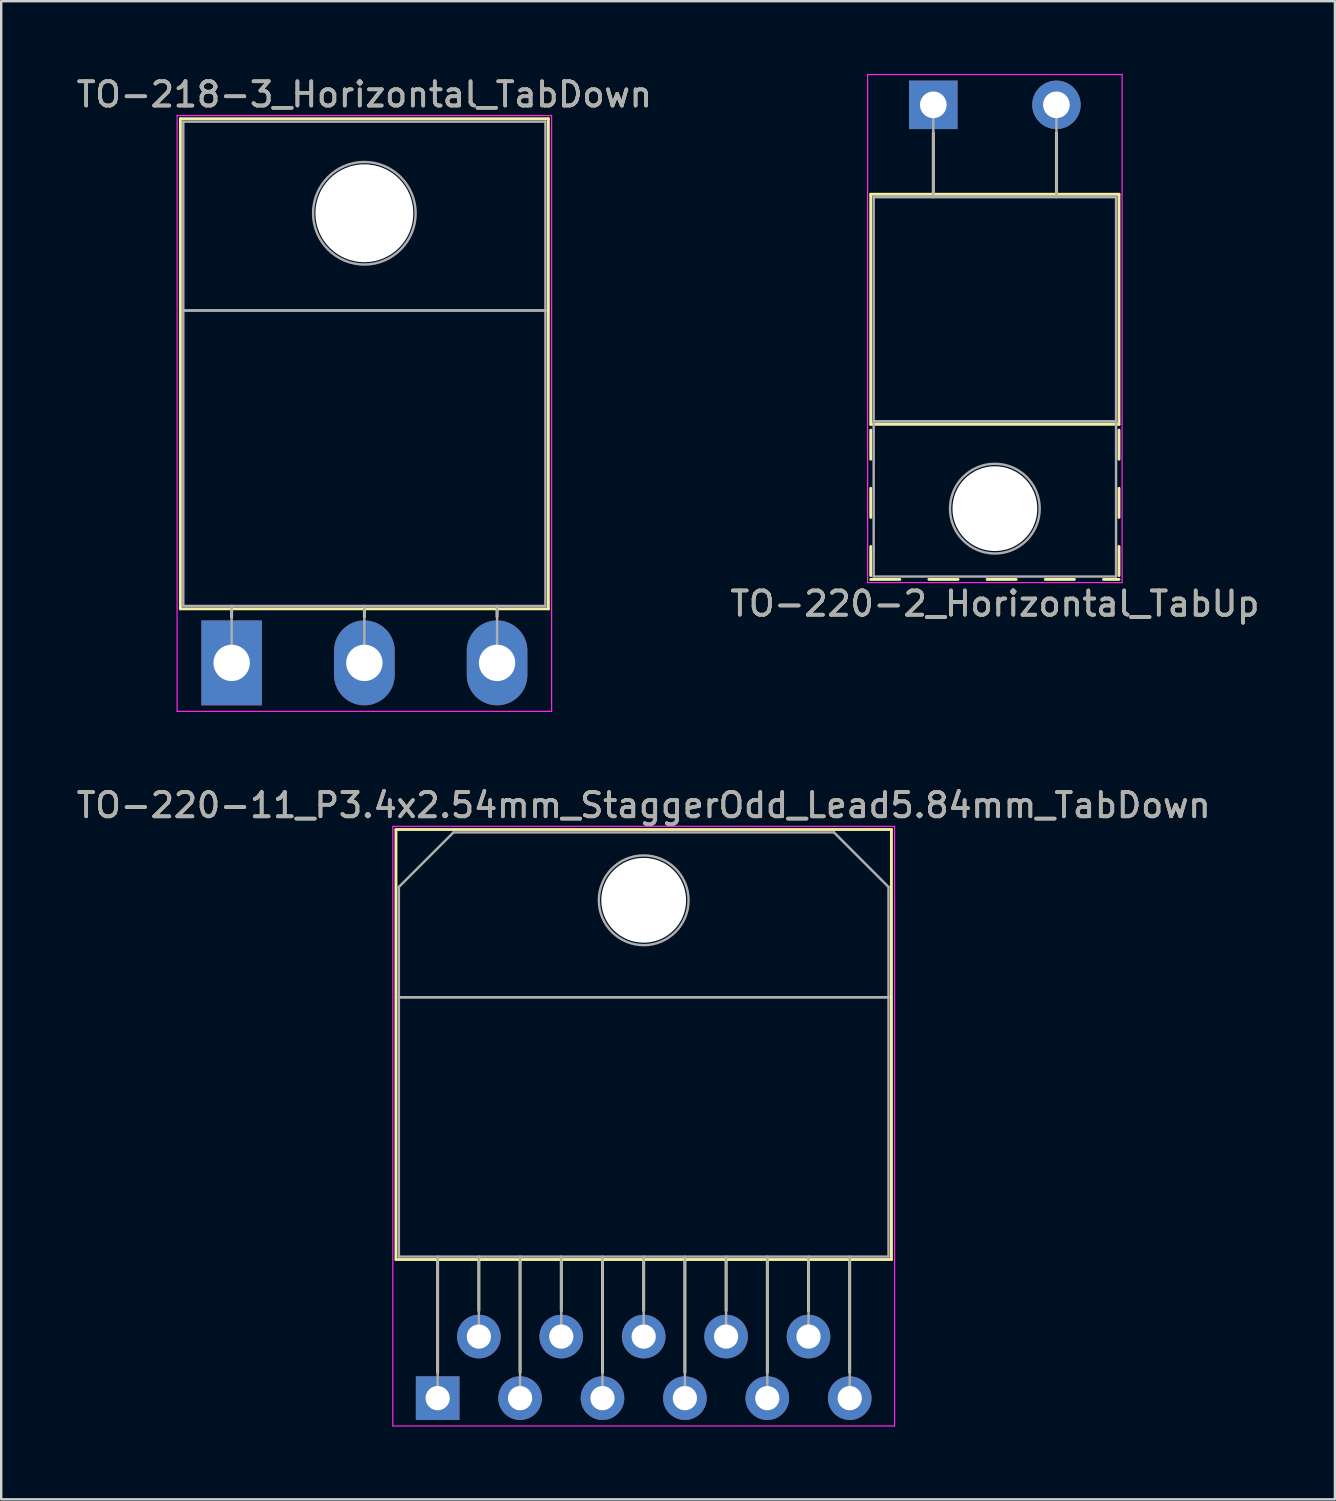
<source format=kicad_pcb>
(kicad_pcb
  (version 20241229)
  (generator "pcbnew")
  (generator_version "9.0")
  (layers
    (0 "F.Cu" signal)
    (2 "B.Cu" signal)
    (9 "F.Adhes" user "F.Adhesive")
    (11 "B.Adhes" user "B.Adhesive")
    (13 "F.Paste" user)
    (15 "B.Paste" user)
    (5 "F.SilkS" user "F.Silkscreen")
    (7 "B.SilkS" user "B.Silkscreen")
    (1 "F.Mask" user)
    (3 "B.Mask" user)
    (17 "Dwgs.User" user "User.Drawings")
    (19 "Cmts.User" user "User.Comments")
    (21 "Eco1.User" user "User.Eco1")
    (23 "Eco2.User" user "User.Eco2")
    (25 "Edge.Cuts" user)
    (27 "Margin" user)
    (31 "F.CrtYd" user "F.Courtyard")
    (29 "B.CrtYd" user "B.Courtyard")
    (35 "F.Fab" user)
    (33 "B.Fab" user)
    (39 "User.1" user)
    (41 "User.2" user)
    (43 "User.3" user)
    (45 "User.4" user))
  (footprint "TO-220-2_Horizontal_TabUp"
    (layer "F.Cu")
    (at 35.454 1.275)
    (property "Reference" "TO-220-2_Horizontal_TabUp" (at 2.54 20.58 0) (layer "F.SilkS") (effects (font (size 1 1) (thickness 0.15))))
    (attr through_hole)
    (fp_line (start -2.58 3.69) (end -2.58 13.18) (stroke (width 0.12) (type solid)) (layer "F.SilkS"))
    (fp_line (start -2.58 3.69) (end 7.66 3.69) (stroke (width 0.12) (type solid)) (layer "F.SilkS"))
    (fp_line (start -2.58 13.18) (end 7.66 13.18) (stroke (width 0.12) (type solid)) (layer "F.SilkS"))
    (fp_line (start -2.58 13.42) (end -2.58 14.62) (stroke (width 0.12) (type solid)) (layer "F.SilkS"))
    (fp_line (start -2.58 15.82) (end -2.58 17.02) (stroke (width 0.12) (type solid)) (layer "F.SilkS"))
    (fp_line (start -2.58 18.22) (end -2.58 19.42) (stroke (width 0.12) (type solid)) (layer "F.SilkS"))
    (fp_line (start -2.58 19.58) (end -1.38 19.58) (stroke (width 0.12) (type solid)) (layer "F.SilkS"))
    (fp_line (start -0.181 19.58) (end 1.02 19.58) (stroke (width 0.12) (type solid)) (layer "F.SilkS"))
    (fp_line (start 0 1.15) (end 0 3.69) (stroke (width 0.12) (type solid)) (layer "F.SilkS"))
    (fp_line (start 2.22 19.58) (end 3.42 19.58) (stroke (width 0.12) (type solid)) (layer "F.SilkS"))
    (fp_line (start 4.62 19.58) (end 5.82 19.58) (stroke (width 0.12) (type solid)) (layer "F.SilkS"))
    (fp_line (start 5.08 1.165) (end 5.08 3.69) (stroke (width 0.12) (type solid)) (layer "F.SilkS"))
    (fp_line (start 7.02 19.58) (end 7.66 19.58) (stroke (width 0.12) (type solid)) (layer "F.SilkS"))
    (fp_line (start 7.66 3.69) (end 7.66 13.18) (stroke (width 0.12) (type solid)) (layer "F.SilkS"))
    (fp_line (start 7.66 13.42) (end 7.66 14.62) (stroke (width 0.12) (type solid)) (layer "F.SilkS"))
    (fp_line (start 7.66 15.82) (end 7.66 17.02) (stroke (width 0.12) (type solid)) (layer "F.SilkS"))
    (fp_line (start 7.66 18.22) (end 7.66 19.42) (stroke (width 0.12) (type solid)) (layer "F.SilkS"))
    (fp_line (start -2.71 -1.25) (end -2.71 19.71) (stroke (width 0.05) (type solid)) (layer "F.CrtYd"))
    (fp_line (start -2.71 19.71) (end 7.79 19.71) (stroke (width 0.05) (type solid)) (layer "F.CrtYd"))
    (fp_line (start 7.79 -1.25) (end -2.71 -1.25) (stroke (width 0.05) (type solid)) (layer "F.CrtYd"))
    (fp_line (start 7.79 19.71) (end 7.79 -1.25) (stroke (width 0.05) (type solid)) (layer "F.CrtYd"))
    (fp_line (start -2.46 3.81) (end -2.46 13.06) (stroke (width 0.1) (type solid)) (layer "F.Fab"))
    (fp_line (start -2.46 13.06) (end -2.46 19.46) (stroke (width 0.1) (type solid)) (layer "F.Fab"))
    (fp_line (start -2.46 13.06) (end 7.54 13.06) (stroke (width 0.1) (type solid)) (layer "F.Fab"))
    (fp_line (start -2.46 19.46) (end 7.54 19.46) (stroke (width 0.1) (type solid)) (layer "F.Fab"))
    (fp_line (start 0 3.81) (end 0 0) (stroke (width 0.1) (type solid)) (layer "F.Fab"))
    (fp_line (start 5.08 3.81) (end 5.08 0) (stroke (width 0.1) (type solid)) (layer "F.Fab"))
    (fp_line (start 7.54 3.81) (end -2.46 3.81) (stroke (width 0.1) (type solid)) (layer "F.Fab"))
    (fp_line (start 7.54 13.06) (end -2.46 13.06) (stroke (width 0.1) (type solid)) (layer "F.Fab"))
    (fp_line (start 7.54 13.06) (end 7.54 3.81) (stroke (width 0.1) (type solid)) (layer "F.Fab"))
    (fp_line (start 7.54 19.46) (end 7.54 13.06) (stroke (width 0.1) (type solid)) (layer "F.Fab"))
    (fp_circle (center 2.54 16.66) (end 4.39 16.66) (stroke (width 0.1) (type solid)) (fill no) (layer "F.Fab"))
    (fp_text user "${REFERENCE}" (at 2.54 20.58 0) (layer "F.Fab") (effects (font (size 1 1) (thickness 0.15))))
    (pad "" np_thru_hole oval (at 2.54 16.66) (size 3.5 3.5) (drill 3.5) (layers "*.Cu" "*.Mask"))
    (pad "1" thru_hole rect (at 0 0) (size 2 2) (drill 1.1) (layers "*.Cu" "*.Mask"))
    (pad "2" thru_hole oval (at 5.08 0) (size 2 2) (drill 1.1) (layers "*.Cu" "*.Mask")))
  (footprint "TO-220-11_P3.4x2.54mm_StaggerOdd_Lead5.84mm_TabDown"
    (layer "F.Cu")
    (at 15.006 54.632)
    (property "Reference" "TO-220-11_P3.4x2.54mm_StaggerOdd_Lead5.84mm_TabDown" (at 8.5 -24.46 0) (layer "F.SilkS") (effects (font (size 1 1) (thickness 0.15))))
    (attr through_hole)
    (fp_line (start -1.72 -23.46) (end -1.72 -5.72) (stroke (width 0.12) (type solid)) (layer "F.SilkS"))
    (fp_line (start -1.72 -23.46) (end 18.72 -23.46) (stroke (width 0.12) (type solid)) (layer "F.SilkS"))
    (fp_line (start -1.72 -5.72) (end 18.72 -5.72) (stroke (width 0.12) (type solid)) (layer "F.SilkS"))
    (fp_line (start 0 -5.72) (end 0 -1.05) (stroke (width 0.12) (type solid)) (layer "F.SilkS"))
    (fp_line (start 1.7 -5.72) (end 1.7 -3.606) (stroke (width 0.12) (type solid)) (layer "F.SilkS"))
    (fp_line (start 3.4 -5.72) (end 3.4 -1.065) (stroke (width 0.12) (type solid)) (layer "F.SilkS"))
    (fp_line (start 5.1 -5.72) (end 5.1 -3.606) (stroke (width 0.12) (type solid)) (layer "F.SilkS"))
    (fp_line (start 6.8 -5.72) (end 6.8 -1.065) (stroke (width 0.12) (type solid)) (layer "F.SilkS"))
    (fp_line (start 8.5 -5.72) (end 8.5 -3.606) (stroke (width 0.12) (type solid)) (layer "F.SilkS"))
    (fp_line (start 10.2 -5.72) (end 10.2 -1.065) (stroke (width 0.12) (type solid)) (layer "F.SilkS"))
    (fp_line (start 11.9 -5.72) (end 11.9 -3.606) (stroke (width 0.12) (type solid)) (layer "F.SilkS"))
    (fp_line (start 13.6 -5.72) (end 13.6 -1.065) (stroke (width 0.12) (type solid)) (layer "F.SilkS"))
    (fp_line (start 15.3 -5.72) (end 15.3 -3.606) (stroke (width 0.12) (type solid)) (layer "F.SilkS"))
    (fp_line (start 17 -5.72) (end 17 -1.065) (stroke (width 0.12) (type solid)) (layer "F.SilkS"))
    (fp_line (start 18.72 -23.46) (end 18.72 -5.72) (stroke (width 0.12) (type solid)) (layer "F.SilkS"))
    (fp_line (start -1.85 -23.59) (end -1.85 1.15) (stroke (width 0.05) (type solid)) (layer "F.CrtYd"))
    (fp_line (start -1.85 1.15) (end 18.85 1.15) (stroke (width 0.05) (type solid)) (layer "F.CrtYd"))
    (fp_line (start 18.85 -23.59) (end -1.85 -23.59) (stroke (width 0.05) (type solid)) (layer "F.CrtYd"))
    (fp_line (start 18.85 1.15) (end 18.85 -23.59) (stroke (width 0.05) (type solid)) (layer "F.CrtYd"))
    (fp_line (start -1.6 -21.09) (end 0.651 -23.34) (stroke (width 0.1) (type solid)) (layer "F.Fab"))
    (fp_line (start -1.6 -16.54) (end -1.6 -21.09) (stroke (width 0.1) (type solid)) (layer "F.Fab"))
    (fp_line (start -1.6 -16.54) (end 18.6 -16.54) (stroke (width 0.1) (type solid)) (layer "F.Fab"))
    (fp_line (start -1.6 -5.84) (end -1.6 -16.54) (stroke (width 0.1) (type solid)) (layer "F.Fab"))
    (fp_line (start 0 -5.84) (end 0 0) (stroke (width 0.1) (type solid)) (layer "F.Fab"))
    (fp_line (start 0.651 -23.34) (end 16.351 -23.34) (stroke (width 0.1) (type solid)) (layer "F.Fab"))
    (fp_line (start 1.7 -5.84) (end 1.7 -2.54) (stroke (width 0.1) (type solid)) (layer "F.Fab"))
    (fp_line (start 3.4 -5.84) (end 3.4 0) (stroke (width 0.1) (type solid)) (layer "F.Fab"))
    (fp_line (start 5.1 -5.84) (end 5.1 -2.54) (stroke (width 0.1) (type solid)) (layer "F.Fab"))
    (fp_line (start 6.8 -5.84) (end 6.8 0) (stroke (width 0.1) (type solid)) (layer "F.Fab"))
    (fp_line (start 8.5 -5.84) (end 8.5 -2.54) (stroke (width 0.1) (type solid)) (layer "F.Fab"))
    (fp_line (start 10.2 -5.84) (end 10.2 0) (stroke (width 0.1) (type solid)) (layer "F.Fab"))
    (fp_line (start 11.9 -5.84) (end 11.9 -2.54) (stroke (width 0.1) (type solid)) (layer "F.Fab"))
    (fp_line (start 13.6 -5.84) (end 13.6 0) (stroke (width 0.1) (type solid)) (layer "F.Fab"))
    (fp_line (start 15.3 -5.84) (end 15.3 -2.54) (stroke (width 0.1) (type solid)) (layer "F.Fab"))
    (fp_line (start 16.351 -23.34) (end 18.6 -21.09) (stroke (width 0.1) (type solid)) (layer "F.Fab"))
    (fp_line (start 17 -5.84) (end 17 0) (stroke (width 0.1) (type solid)) (layer "F.Fab"))
    (fp_line (start 18.6 -21.09) (end 18.6 -16.54) (stroke (width 0.1) (type solid)) (layer "F.Fab"))
    (fp_line (start 18.6 -16.54) (end -1.6 -16.54) (stroke (width 0.1) (type solid)) (layer "F.Fab"))
    (fp_line (start 18.6 -16.54) (end 18.6 -5.84) (stroke (width 0.1) (type solid)) (layer "F.Fab"))
    (fp_line (start 18.6 -5.84) (end -1.6 -5.84) (stroke (width 0.1) (type solid)) (layer "F.Fab"))
    (fp_circle (center 8.5 -20.54) (end 10.35 -20.54) (stroke (width 0.1) (type solid)) (fill no) (layer "F.Fab"))
    (fp_text user "${REFERENCE}" (at 8.5 -24.46 0) (layer "F.Fab") (effects (font (size 1 1) (thickness 0.15))))
    (pad "" np_thru_hole oval (at 8.5 -20.54) (size 3.5 3.5) (drill 3.5) (layers "*.Cu" "*.Mask"))
    (pad "1" thru_hole rect (at 0 0) (size 1.8 1.8) (drill 1) (layers "*.Cu" "*.Mask"))
    (pad "2" thru_hole oval (at 1.7 -2.54) (size 1.8 1.8) (drill 1) (layers "*.Cu" "*.Mask"))
    (pad "3" thru_hole oval (at 3.4 0) (size 1.8 1.8) (drill 1) (layers "*.Cu" "*.Mask"))
    (pad "4" thru_hole oval (at 5.1 -2.54) (size 1.8 1.8) (drill 1) (layers "*.Cu" "*.Mask"))
    (pad "5" thru_hole oval (at 6.8 0) (size 1.8 1.8) (drill 1) (layers "*.Cu" "*.Mask"))
    (pad "6" thru_hole oval (at 8.5 -2.54) (size 1.8 1.8) (drill 1) (layers "*.Cu" "*.Mask"))
    (pad "7" thru_hole oval (at 10.2 0) (size 1.8 1.8) (drill 1) (layers "*.Cu" "*.Mask"))
    (pad "8" thru_hole oval (at 11.9 -2.54) (size 1.8 1.8) (drill 1) (layers "*.Cu" "*.Mask"))
    (pad "9" thru_hole oval (at 13.6 0) (size 1.8 1.8) (drill 1) (layers "*.Cu" "*.Mask"))
    (pad "10" thru_hole oval (at 15.3 -2.54) (size 1.8 1.8) (drill 1) (layers "*.Cu" "*.Mask"))
    (pad "11" thru_hole oval (at 17 0) (size 1.8 1.8) (drill 1) (layers "*.Cu" "*.Mask")))
  (footprint "TO-218-3_Horizontal_TabDown"
    (layer "F.Cu")
    (at 6.507 24.298)
    (property "Reference" "TO-218-3_Horizontal_TabDown" (at 5.475 -23.45 0) (layer "F.SilkS") (effects (font (size 1 1) (thickness 0.15))))
    (attr through_hole)
    (fp_line (start -2.115 -22.45) (end -2.115 -2.23) (stroke (width 0.12) (type solid)) (layer "F.SilkS"))
    (fp_line (start -2.115 -22.45) (end 13.065 -22.45) (stroke (width 0.12) (type solid)) (layer "F.SilkS"))
    (fp_line (start -2.115 -2.23) (end 13.065 -2.23) (stroke (width 0.12) (type solid)) (layer "F.SilkS"))
    (fp_line (start 0 -2.23) (end 0 -1.9) (stroke (width 0.12) (type solid)) (layer "F.SilkS"))
    (fp_line (start 5.475 -2.23) (end 5.475 -1.9) (stroke (width 0.12) (type solid)) (layer "F.SilkS"))
    (fp_line (start 10.95 -2.23) (end 10.95 -1.9) (stroke (width 0.12) (type solid)) (layer "F.SilkS"))
    (fp_line (start 13.065 -22.45) (end 13.065 -2.23) (stroke (width 0.12) (type solid)) (layer "F.SilkS"))
    (fp_line (start -2.25 -22.58) (end -2.25 2) (stroke (width 0.05) (type solid)) (layer "F.CrtYd"))
    (fp_line (start -2.25 2) (end 13.2 2) (stroke (width 0.05) (type solid)) (layer "F.CrtYd"))
    (fp_line (start 13.2 -22.58) (end -2.25 -22.58) (stroke (width 0.05) (type solid)) (layer "F.CrtYd"))
    (fp_line (start 13.2 2) (end 13.2 -22.58) (stroke (width 0.05) (type solid)) (layer "F.CrtYd"))
    (fp_line (start -1.995 -22.33) (end 12.945 -22.33) (stroke (width 0.1) (type solid)) (layer "F.Fab"))
    (fp_line (start -1.995 -14.54) (end -1.995 -22.33) (stroke (width 0.1) (type solid)) (layer "F.Fab"))
    (fp_line (start -1.995 -14.54) (end 12.945 -14.54) (stroke (width 0.1) (type solid)) (layer "F.Fab"))
    (fp_line (start -1.995 -2.35) (end -1.995 -14.54) (stroke (width 0.1) (type solid)) (layer "F.Fab"))
    (fp_line (start 0 -2.35) (end 0 0) (stroke (width 0.1) (type solid)) (layer "F.Fab"))
    (fp_line (start 5.475 -2.35) (end 5.475 0) (stroke (width 0.1) (type solid)) (layer "F.Fab"))
    (fp_line (start 10.95 -2.35) (end 10.95 0) (stroke (width 0.1) (type solid)) (layer "F.Fab"))
    (fp_line (start 12.945 -22.33) (end 12.945 -14.54) (stroke (width 0.1) (type solid)) (layer "F.Fab"))
    (fp_line (start 12.945 -14.54) (end -1.995 -14.54) (stroke (width 0.1) (type solid)) (layer "F.Fab"))
    (fp_line (start 12.945 -14.54) (end 12.945 -2.35) (stroke (width 0.1) (type solid)) (layer "F.Fab"))
    (fp_line (start 12.945 -2.35) (end -1.995 -2.35) (stroke (width 0.1) (type solid)) (layer "F.Fab"))
    (fp_circle (center 5.475 -18.55) (end 7.59 -18.55) (stroke (width 0.1) (type solid)) (fill no) (layer "F.Fab"))
    (fp_text user "${REFERENCE}" (at 5.475 -23.45 0) (layer "F.Fab") (effects (font (size 1 1) (thickness 0.15))))
    (pad "" np_thru_hole oval (at 5.475 -18.55) (size 4.04 4.04) (drill 4.04) (layers "*.Cu" "*.Mask"))
    (pad "1" thru_hole rect (at 0 0) (size 2.5 3.5) (drill 1.5) (layers "*.Cu" "*.Mask"))
    (pad "2" thru_hole oval (at 5.475 0) (size 2.5 3.5) (drill 1.5) (layers "*.Cu" "*.Mask"))
    (pad "3" thru_hole oval (at 10.95 0) (size 2.5 3.5) (drill 1.5) (layers "*.Cu" "*.Mask")))
  (gr_rect
    (start -3 -3)
    (end 52.024 58.806)
    (stroke (width 0.1) (type default))
    (fill no)
    (layer "Edge.Cuts")))
</source>
